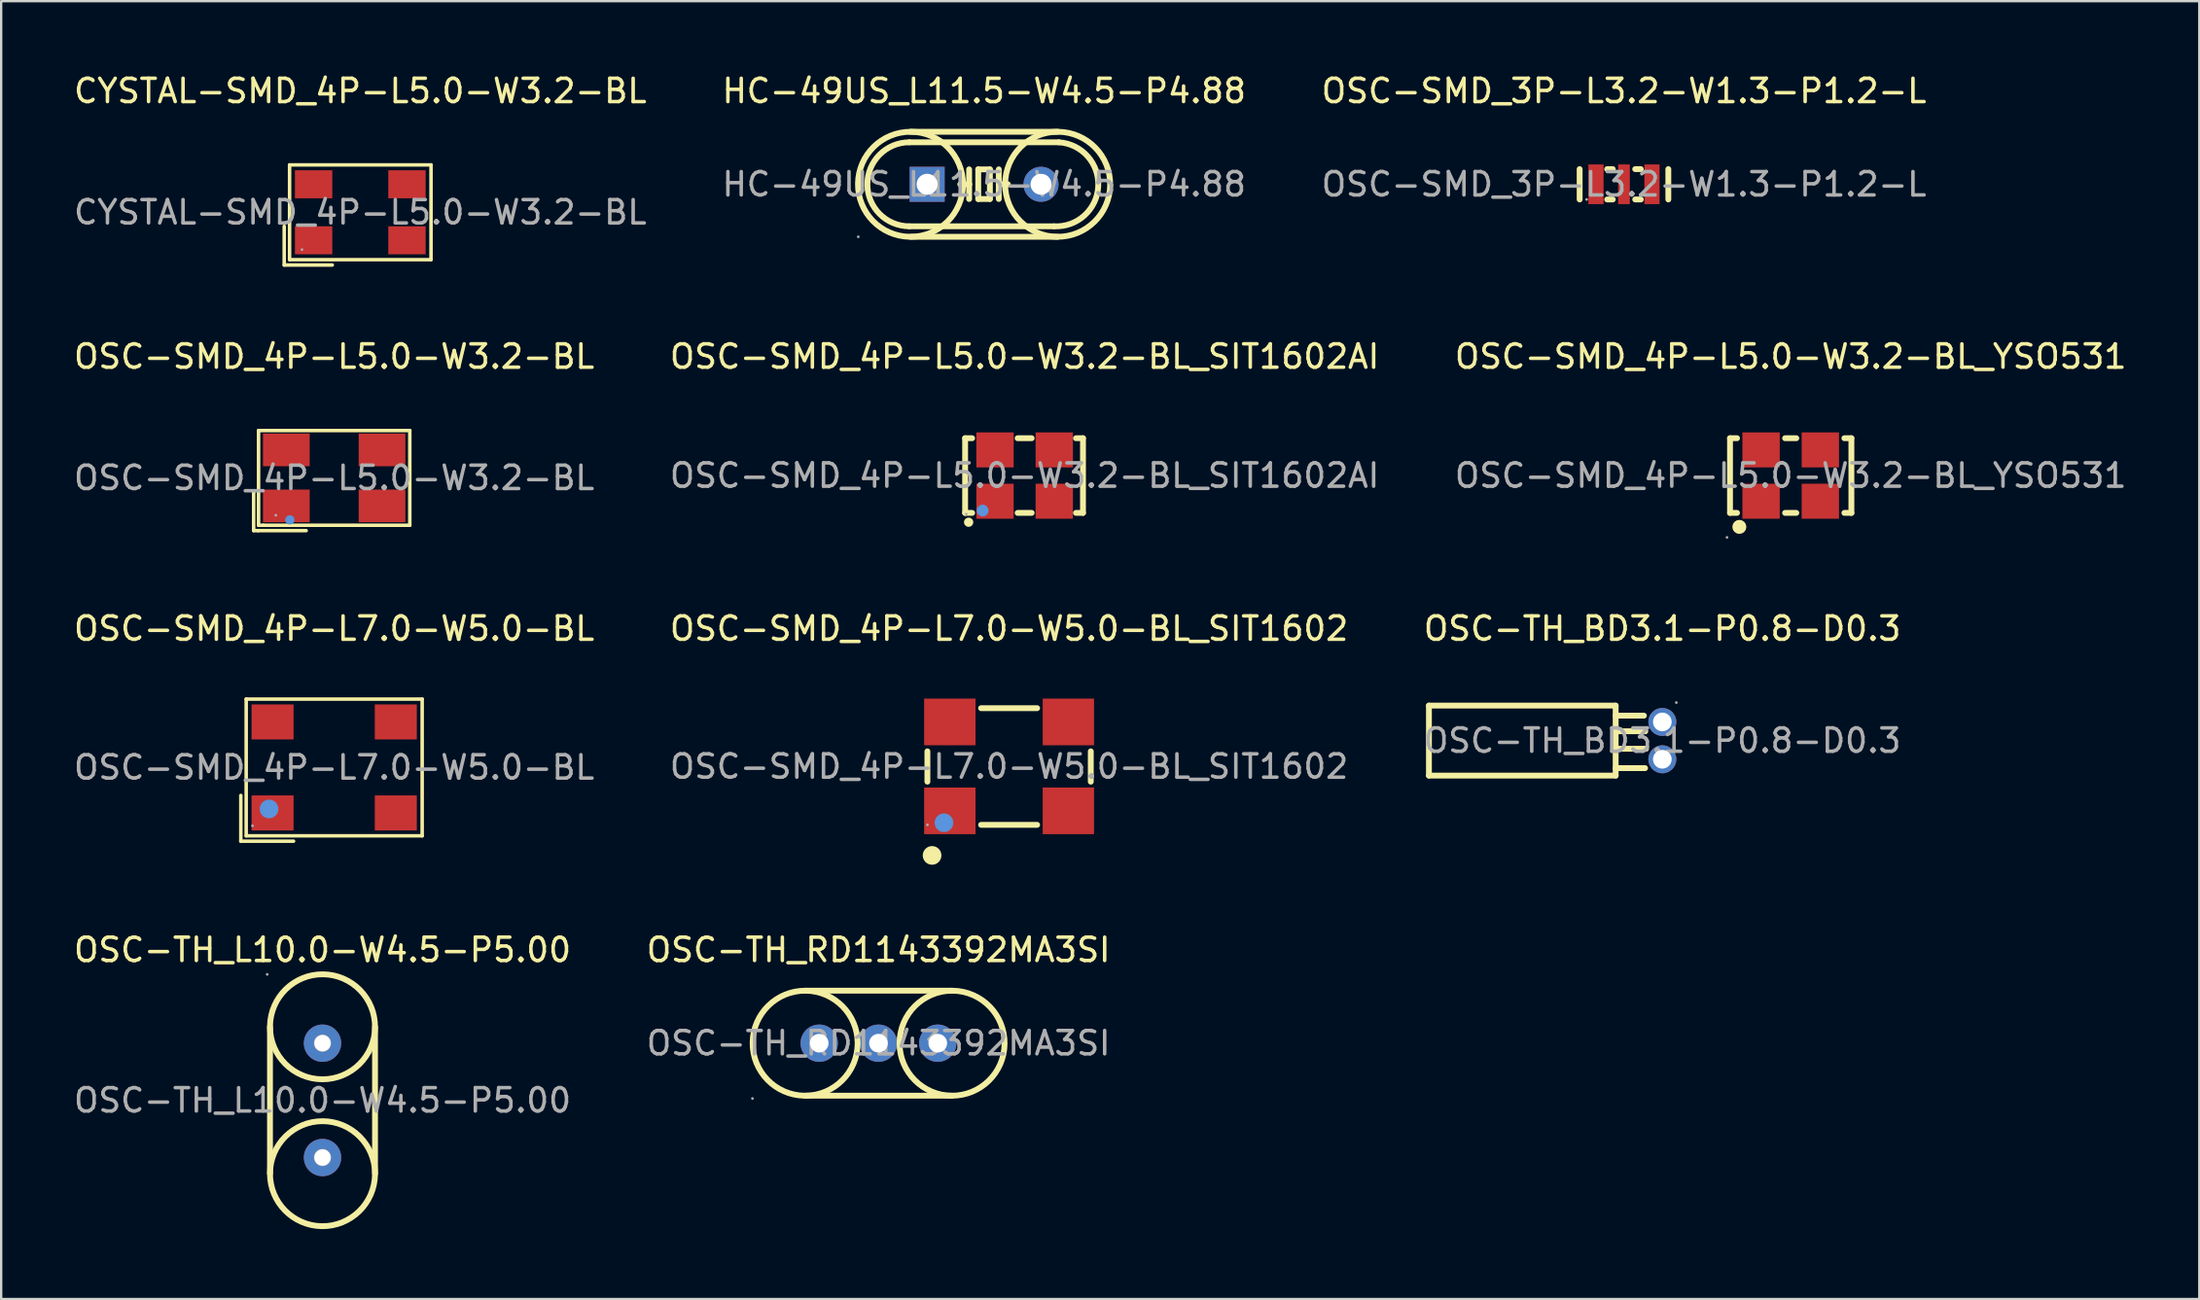
<source format=kicad_pcb>
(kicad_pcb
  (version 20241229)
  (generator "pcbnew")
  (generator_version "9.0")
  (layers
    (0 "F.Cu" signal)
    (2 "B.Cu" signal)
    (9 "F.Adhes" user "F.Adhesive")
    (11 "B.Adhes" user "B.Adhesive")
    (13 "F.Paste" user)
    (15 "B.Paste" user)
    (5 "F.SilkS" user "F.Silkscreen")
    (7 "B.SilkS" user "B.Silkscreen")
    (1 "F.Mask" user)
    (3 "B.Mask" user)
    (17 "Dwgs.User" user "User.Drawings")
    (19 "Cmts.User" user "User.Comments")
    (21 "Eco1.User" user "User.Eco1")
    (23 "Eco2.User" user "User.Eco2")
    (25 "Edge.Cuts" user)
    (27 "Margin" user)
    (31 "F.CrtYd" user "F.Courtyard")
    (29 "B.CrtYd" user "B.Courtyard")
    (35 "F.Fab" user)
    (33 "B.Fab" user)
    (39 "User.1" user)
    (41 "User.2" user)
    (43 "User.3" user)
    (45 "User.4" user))
  (footprint "OSC-TH_L10.0-W4.5-P5.00"
    (layer "F.Cu")
    (at 10.768 44.108)
    (property "Reference" "OSC-TH_L10.0-W4.5-P5.00" (at 0 -6.45 0) (layer "F.SilkS") (effects (font (size 1 1) (thickness 0.15))))
    (attr through_hole)
    (fp_line (start -2.25 3.14) (end -2.25 -3.15) (stroke (width 0.25) (type solid)) (layer "F.SilkS"))
    (fp_line (start 2.25 3.14) (end 2.25 -3.15) (stroke (width 0.25) (type solid)) (layer "F.SilkS"))
    (fp_arc (start -2.249657 -3.189268) (mid 2.249914 -3.130365) (end -2.25 -3.15) (stroke (width 0.25) (type solid)) (layer "F.SilkS"))
    (fp_arc (start 2.249657 3.179268) (mid -2.249914 3.120365) (end 2.25 3.14) (stroke (width 0.25) (type solid)) (layer "F.SilkS"))
    (fp_circle (center -2.37 -5.4) (end -2.34 -5.4) (stroke (width 0.06) (type solid)) (fill no) (layer "F.Fab"))
    (fp_circle (center 0 -2.45) (end 0.12 -2.45) (stroke (width 0.25) (type solid)) (fill no) (layer "F.Fab"))
    (fp_circle (center 0 2.45) (end 0.12 2.45) (stroke (width 0.25) (type solid)) (fill no) (layer "F.Fab"))
    (fp_text user "${REFERENCE}" (at 0 0 0) (layer "F.Fab") (effects (font (size 1 1) (thickness 0.15))))
    (pad "1" thru_hole circle (at 0 -2.45 270) (size 1.6 1.6) (drill 0.7) (layers "*.Cu" "*.Paste" "*.Mask"))
    (pad "2" thru_hole circle (at 0 2.45 270) (size 1.6 1.6) (drill 0.7) (layers "*.Cu" "*.Paste" "*.Mask")))
  (footprint "OSC-SMD_4P-L5.0-W3.2-BL"
    (layer "F.Cu")
    (at 11.268 17.431)
    (property "Reference" "OSC-SMD_4P-L5.0-W3.2-BL" (at 0 -5.2 0) (layer "F.SilkS") (effects (font (size 1 1) (thickness 0.15))))
    (attr through_hole)
    (fp_line (start -3.46 0.59) (end -3.45 0.6) (stroke (width 0.15) (type solid)) (layer "F.SilkS"))
    (fp_line (start -3.45 0.6) (end -3.45 2.26) (stroke (width 0.15) (type solid)) (layer "F.SilkS"))
    (fp_line (start -3.45 2.26) (end -3.26 2.26) (stroke (width 0.15) (type solid)) (layer "F.SilkS"))
    (fp_line (start -3.26 2.26) (end -1.2 2.26) (stroke (width 0.15) (type solid)) (layer "F.SilkS"))
    (fp_line (start -3.24 -2.03) (end 3.24 -2.03) (stroke (width 0.15) (type solid)) (layer "F.SilkS"))
    (fp_line (start -3.24 2.03) (end -3.24 -2.03) (stroke (width 0.15) (type solid)) (layer "F.SilkS"))
    (fp_line (start -3.03 2.03) (end -3.24 2.03) (stroke (width 0.15) (type solid)) (layer "F.SilkS"))
    (fp_line (start 3.24 -2.03) (end 3.24 2.03) (stroke (width 0.15) (type solid)) (layer "F.SilkS"))
    (fp_line (start 3.24 2.03) (end -3.03 2.03) (stroke (width 0.15) (type solid)) (layer "F.SilkS"))
    (fp_circle (center -1.9 1.8) (end -1.8 1.8) (stroke (width 0.2) (type solid)) (fill no) (layer "Cmts.User"))
    (fp_circle (center -2.5 1.6) (end -2.47 1.6) (stroke (width 0.06) (type solid)) (fill no) (layer "F.Fab"))
    (fp_text user "${REFERENCE}" (at 0 0 0) (layer "F.Fab") (effects (font (size 1 1) (thickness 0.15))))
    (pad "1" smd rect (at -2.05 1.2) (size 2 1.4) (layers "F.Cu" "F.Mask" "F.Paste"))
    (pad "2" smd rect (at 2.05 1.2) (size 2 1.4) (layers "F.Cu" "F.Mask" "F.Paste"))
    (pad "3" smd rect (at 2.05 -1.2) (size 2 1.4) (layers "F.Cu" "F.Mask" "F.Paste"))
    (pad "4" smd rect (at -2.05 -1.2) (size 2 1.4) (layers "F.Cu" "F.Mask" "F.Paste")))
  (footprint "OSC-SMD_4P-L5.0-W3.2-BL_SIT1602AI"
    (layer "F.Cu")
    (at 40.851 17.331)
    (property "Reference" "OSC-SMD_4P-L5.0-W3.2-BL_SIT1602AI" (at 0 -5.1 0) (layer "F.SilkS") (effects (font (size 1 1) (thickness 0.15))))
    (attr through_hole)
    (fp_line (start -2.55 -1.6) (end -2.25 -1.6) (stroke (width 0.25) (type solid)) (layer "F.SilkS"))
    (fp_line (start -2.55 1.6) (end -2.55 -1.6) (stroke (width 0.25) (type solid)) (layer "F.SilkS"))
    (fp_line (start -2.25 1.6) (end -2.55 1.6) (stroke (width 0.25) (type solid)) (layer "F.SilkS"))
    (fp_line (start -0.3 -1.6) (end 0.3 -1.6) (stroke (width 0.25) (type solid)) (layer "F.SilkS"))
    (fp_line (start -0.3 1.6) (end 0.3 1.6) (stroke (width 0.25) (type solid)) (layer "F.SilkS"))
    (fp_line (start 2.2 -1.6) (end 2.5 -1.6) (stroke (width 0.25) (type solid)) (layer "F.SilkS"))
    (fp_line (start 2.5 -1.6) (end 2.5 1.6) (stroke (width 0.25) (type solid)) (layer "F.SilkS"))
    (fp_line (start 2.5 1.6) (end 2.2 1.6) (stroke (width 0.25) (type solid)) (layer "F.SilkS"))
    (fp_circle (center -2.4 2) (end -2.3 2) (stroke (width 0.2) (type solid)) (fill no) (layer "F.SilkS"))
    (fp_circle (center -1.8 1.5) (end -1.67 1.5) (stroke (width 0.25) (type solid)) (fill no) (layer "Cmts.User"))
    (fp_circle (center -2.5 1.65) (end -2.47 1.65) (stroke (width 0.06) (type solid)) (fill no) (layer "F.Fab"))
    (fp_text user "${REFERENCE}" (at 0 0 0) (layer "F.Fab") (effects (font (size 1 1) (thickness 0.15))))
    (pad "1" smd rect (at -1.27 1.1) (size 1.6 1.5) (layers "F.Cu" "F.Mask" "F.Paste"))
    (pad "2" smd rect (at 1.27 1.1) (size 1.6 1.5) (layers "F.Cu" "F.Mask" "F.Paste"))
    (pad "3" smd rect (at 1.27 -1.1 180) (size 1.6 1.5) (layers "F.Cu" "F.Mask" "F.Paste"))
    (pad "4" smd rect (at -1.27 -1.1) (size 1.6 1.5) (layers "F.Cu" "F.Mask" "F.Paste")))
  (footprint "OSC-TH_BD3.1-P0.8-D0.3"
    (layer "F.Cu")
    (at 68.173 28.69)
    (property "Reference" "OSC-TH_BD3.1-P0.8-D0.3" (at 0 -4.8 0) (layer "F.SilkS") (effects (font (size 1 1) (thickness 0.15))))
    (attr through_hole)
    (fp_line (start -10 -1.5) (end -10 1.5) (stroke (width 0.25) (type solid)) (layer "F.SilkS"))
    (fp_line (start -2 -1.5) (end -10 -1.5) (stroke (width 0.25) (type solid)) (layer "F.SilkS"))
    (fp_line (start -2 -1.5) (end -2 1.5) (stroke (width 0.25) (type solid)) (layer "F.SilkS"))
    (fp_line (start -2 -1.07) (end -0.79 -1.07) (stroke (width 0.25) (type solid)) (layer "F.SilkS"))
    (fp_line (start -2 -0.4) (end -0.73 -0.4) (stroke (width 0.25) (type solid)) (layer "F.SilkS"))
    (fp_line (start -2 0.35) (end -0.7 0.35) (stroke (width 0.25) (type solid)) (layer "F.SilkS"))
    (fp_line (start -2 1.18) (end -0.74 1.18) (stroke (width 0.25) (type solid)) (layer "F.SilkS"))
    (fp_line (start -2 1.5) (end -10 1.5) (stroke (width 0.25) (type solid)) (layer "F.SilkS"))
    (fp_circle (center 0 -0.8) (end 0.15 -0.8) (stroke (width 0.3) (type solid)) (fill no) (layer "F.Fab"))
    (fp_circle (center 0 0.8) (end 0.15 0.8) (stroke (width 0.3) (type solid)) (fill no) (layer "F.Fab"))
    (fp_circle (center 0.6 -1.63) (end 0.63 -1.63) (stroke (width 0.06) (type solid)) (fill no) (layer "F.Fab"))
    (fp_text user "${REFERENCE}" (at 0 0 0) (layer "F.Fab") (effects (font (size 1 1) (thickness 0.15))))
    (pad "1" thru_hole circle (at 0 -0.8 270) (size 1.2 1.2) (drill 0.8) (layers "*.Cu" "*.Paste" "*.Mask"))
    (pad "2" thru_hole circle (at 0 0.8 270) (size 1.2 1.2) (drill 0.8) (layers "*.Cu" "*.Paste" "*.Mask")))
  (footprint "OSC-TH_RD1143392MA3SI"
    (layer "F.Cu")
    (at 34.589 41.658)
    (property "Reference" "OSC-TH_RD1143392MA3SI" (at 0 -4 0) (layer "F.SilkS") (effects (font (size 1 1) (thickness 0.15))))
    (attr through_hole)
    (fp_line (start 3.15 -2.25) (end -3.14 -2.25) (stroke (width 0.25) (type solid)) (layer "F.SilkS"))
    (fp_line (start 3.15 2.25) (end -3.14 2.25) (stroke (width 0.25) (type solid)) (layer "F.SilkS"))
    (fp_arc (start -3.179268 2.249657) (mid -3.120365 -2.249914) (end -3.14 2.25) (stroke (width 0.25) (type solid)) (layer "F.SilkS"))
    (fp_arc (start 3.189268 -2.249657) (mid 3.130365 2.249914) (end 3.15 -2.25) (stroke (width 0.25) (type solid)) (layer "F.SilkS"))
    (fp_circle (center -5.4 2.37) (end -5.37 2.37) (stroke (width 0.06) (type solid)) (fill no) (layer "F.Fab"))
    (fp_circle (center -2.54 0) (end -2.39 0) (stroke (width 0.3) (type solid)) (fill no) (layer "F.Fab"))
    (fp_circle (center 0 0) (end 0.15 0) (stroke (width 0.3) (type solid)) (fill no) (layer "F.Fab"))
    (fp_circle (center 2.54 0) (end 2.69 0) (stroke (width 0.3) (type solid)) (fill no) (layer "F.Fab"))
    (fp_text user "${REFERENCE}" (at 0 0 0) (layer "F.Fab") (effects (font (size 1 1) (thickness 0.15))))
    (pad "1" thru_hole circle (at -2.54 0) (size 1.6 1.6) (drill 0.8) (layers "*.Cu" "*.Paste" "*.Mask"))
    (pad "2" thru_hole circle (at 2.54 0) (size 1.6 1.6) (drill 0.8) (layers "*.Cu" "*.Paste" "*.Mask"))
    (pad "3" thru_hole circle (at 0 0) (size 1.6 1.6) (drill 0.8) (layers "*.Cu" "*.Paste" "*.Mask")))
  (footprint "OSC-SMD_4P-L7.0-W5.0-BL"
    (layer "F.Cu")
    (at 11.268 29.84)
    (property "Reference" "OSC-SMD_4P-L7.0-W5.0-BL" (at 0 -5.95 0) (layer "F.SilkS") (effects (font (size 1 1) (thickness 0.15))))
    (attr through_hole)
    (fp_line (start -4 1.2) (end -4 3.16) (stroke (width 0.15) (type solid)) (layer "F.SilkS"))
    (fp_line (start -4 3.16) (end -1.74 3.16) (stroke (width 0.15) (type solid)) (layer "F.SilkS"))
    (fp_line (start -3.77 -2.93) (end 3.77 -2.93) (stroke (width 0.15) (type solid)) (layer "F.SilkS"))
    (fp_line (start -3.77 2.93) (end -3.77 -2.93) (stroke (width 0.15) (type solid)) (layer "F.SilkS"))
    (fp_line (start 3.77 -2.93) (end 3.77 2.93) (stroke (width 0.15) (type solid)) (layer "F.SilkS"))
    (fp_line (start 3.77 2.93) (end -3.77 2.93) (stroke (width 0.15) (type solid)) (layer "F.SilkS"))
    (fp_circle (center -2.79 1.78) (end -2.59 1.78) (stroke (width 0.4) (type solid)) (fill no) (layer "Cmts.User"))
    (fp_circle (center -3.5 2.5) (end -3.47 2.5) (stroke (width 0.06) (type solid)) (fill no) (layer "F.Fab"))
    (fp_text user "${REFERENCE}" (at 0 0 0) (layer "F.Fab") (effects (font (size 1 1) (thickness 0.15))))
    (pad "1" smd rect (at -2.64 1.95) (size 1.8 1.5) (layers "F.Cu" "F.Mask" "F.Paste"))
    (pad "2" smd rect (at 2.64 1.95) (size 1.8 1.5) (layers "F.Cu" "F.Mask" "F.Paste"))
    (pad "3" smd rect (at 2.64 -1.95) (size 1.8 1.5) (layers "F.Cu" "F.Mask" "F.Paste"))
    (pad "4" smd rect (at -2.64 -1.95) (size 1.8 1.5) (layers "F.Cu" "F.Mask" "F.Paste")))
  (footprint "CYSTAL-SMD_4P-L5.0-W3.2-BL"
    (layer "F.Cu")
    (at 12.387 6.048)
    (property "Reference" "CYSTAL-SMD_4P-L5.0-W3.2-BL" (at 0 -5.2 0) (layer "F.SilkS") (effects (font (size 1 1) (thickness 0.15))))
    (attr through_hole)
    (fp_line (start -3.26 0.6) (end -3.26 2.26) (stroke (width 0.15) (type solid)) (layer "F.SilkS"))
    (fp_line (start -3.26 2.26) (end -1.2 2.26) (stroke (width 0.15) (type solid)) (layer "F.SilkS"))
    (fp_line (start -3.03 -2.03) (end 3.03 -2.03) (stroke (width 0.15) (type solid)) (layer "F.SilkS"))
    (fp_line (start -3.03 2.03) (end -3.03 -2.03) (stroke (width 0.15) (type solid)) (layer "F.SilkS"))
    (fp_line (start 3.03 -2.03) (end 3.03 2.03) (stroke (width 0.15) (type solid)) (layer "F.SilkS"))
    (fp_line (start 3.03 2.03) (end -3.03 2.03) (stroke (width 0.15) (type solid)) (layer "F.SilkS"))
    (fp_circle (center -2.5 1.6) (end -2.47 1.6) (stroke (width 0.06) (type solid)) (fill no) (layer "F.Fab"))
    (fp_text user "${REFERENCE}" (at 0 0 0) (layer "F.Fab") (effects (font (size 1 1) (thickness 0.15))))
    (pad "1" smd rect (at -2 1.2) (size 1.6 1.2) (layers "F.Cu" "F.Mask" "F.Paste"))
    (pad "2" smd rect (at 2 1.2) (size 1.6 1.2) (layers "F.Cu" "F.Mask" "F.Paste"))
    (pad "3" smd rect (at 2 -1.2) (size 1.6 1.2) (layers "F.Cu" "F.Mask" "F.Paste"))
    (pad "4" smd rect (at -2 -1.2) (size 1.6 1.2) (layers "F.Cu" "F.Mask" "F.Paste")))
  (footprint "OSC-SMD_4P-L5.0-W3.2-BL_YSO531"
    (layer "F.Cu")
    (at 73.673 17.331)
    (property "Reference" "OSC-SMD_4P-L5.0-W3.2-BL_YSO531" (at 0 -5.1 0) (layer "F.SilkS") (effects (font (size 1 1) (thickness 0.15))))
    (attr through_hole)
    (fp_line (start -2.6 -1.6) (end -2.3 -1.6) (stroke (width 0.25) (type solid)) (layer "F.SilkS"))
    (fp_line (start -2.6 1.6) (end -2.6 -1.6) (stroke (width 0.25) (type solid)) (layer "F.SilkS"))
    (fp_line (start -2.3 1.6) (end -2.6 1.6) (stroke (width 0.25) (type solid)) (layer "F.SilkS"))
    (fp_line (start -0.24 -1.6) (end 0.24 -1.6) (stroke (width 0.25) (type solid)) (layer "F.SilkS"))
    (fp_line (start 0.24 1.6) (end -0.24 1.6) (stroke (width 0.25) (type solid)) (layer "F.SilkS"))
    (fp_line (start 2.3 -1.6) (end 2.6 -1.6) (stroke (width 0.25) (type solid)) (layer "F.SilkS"))
    (fp_line (start 2.6 -1.6) (end 2.6 1.6) (stroke (width 0.25) (type solid)) (layer "F.SilkS"))
    (fp_line (start 2.6 1.6) (end 2.3 1.6) (stroke (width 0.25) (type solid)) (layer "F.SilkS"))
    (fp_arc (start -2.2 2.2) (mid -2.2 2.2) (end -2.2 2.2) (stroke (width 0.3) (type solid)) (layer "F.SilkS"))
    (fp_circle (center -2.73 2.65) (end -2.7 2.65) (stroke (width 0.06) (type solid)) (fill no) (layer "F.Fab"))
    (fp_text user "${REFERENCE}" (at 0 0 0) (layer "F.Fab") (effects (font (size 1 1) (thickness 0.15))))
    (pad "1" smd rect (at -1.27 1.1) (size 1.6 1.5) (layers "F.Cu" "F.Mask" "F.Paste"))
    (pad "2" smd rect (at 1.27 1.1) (size 1.6 1.5) (layers "F.Cu" "F.Mask" "F.Paste"))
    (pad "3" smd rect (at 1.27 -1.1) (size 1.6 1.5) (layers "F.Cu" "F.Mask" "F.Paste"))
    (pad "4" smd rect (at -1.27 -1.1) (size 1.6 1.5) (layers "F.Cu" "F.Mask" "F.Paste")))
  (footprint "OSC-SMD_4P-L7.0-W5.0-BL_SIT1602"
    (layer "F.Cu")
    (at 40.185 29.8)
    (property "Reference" "OSC-SMD_4P-L7.0-W5.0-BL_SIT1602" (at 0 -5.91 0) (layer "F.SilkS") (effects (font (size 1 1) (thickness 0.15))))
    (attr through_hole)
    (fp_line (start -3.5 0.65) (end -3.5 -0.65) (stroke (width 0.25) (type solid)) (layer "F.SilkS"))
    (fp_line (start 1.2 -2.5) (end -1.2 -2.5) (stroke (width 0.25) (type solid)) (layer "F.SilkS"))
    (fp_line (start 1.2 2.5) (end -1.2 2.5) (stroke (width 0.25) (type solid)) (layer "F.SilkS"))
    (fp_line (start 3.5 0.65) (end 3.5 -0.65) (stroke (width 0.25) (type solid)) (layer "F.SilkS"))
    (fp_arc (start -3.3 3.81) (mid -3.3 3.81) (end -3.3 3.81) (stroke (width 0.4) (type solid)) (layer "F.SilkS"))
    (fp_circle (center -2.79 2.41) (end -2.59 2.41) (stroke (width 0.4) (type solid)) (fill no) (layer "Cmts.User"))
    (fp_circle (center -3.5 2.5) (end -3.47 2.5) (stroke (width 0.06) (type solid)) (fill no) (layer "F.Fab"))
    (fp_text user "${REFERENCE}" (at 0 0 0) (layer "F.Fab") (effects (font (size 1 1) (thickness 0.15))))
    (pad "1" smd rect (at -2.54 1.9 180) (size 2.2 2) (layers "F.Cu" "F.Mask" "F.Paste"))
    (pad "2" smd rect (at 2.54 1.9 180) (size 2.2 2) (layers "F.Cu" "F.Mask" "F.Paste"))
    (pad "3" smd rect (at 2.54 -1.91 180) (size 2.2 2) (layers "F.Cu" "F.Mask" "F.Paste"))
    (pad "4" smd rect (at -2.54 -1.91 180) (size 2.2 2) (layers "F.Cu" "F.Mask" "F.Paste")))
  (footprint "OSC-SMD_3P-L3.2-W1.3-P1.2-L"
    (layer "F.Cu")
    (at 66.53 4.848)
    (property "Reference" "OSC-SMD_3P-L3.2-W1.3-P1.2-L" (at 0 -4 0) (layer "F.SilkS") (effects (font (size 1 1) (thickness 0.15))))
    (attr through_hole)
    (fp_line (start -1.9 -0.65) (end -1.9 0.65) (stroke (width 0.25) (type solid)) (layer "F.SilkS"))
    (fp_line (start -0.72 -0.65) (end -0.48 -0.65) (stroke (width 0.25) (type solid)) (layer "F.SilkS"))
    (fp_line (start -0.72 0.65) (end -0.48 0.65) (stroke (width 0.25) (type solid)) (layer "F.SilkS"))
    (fp_line (start 0.48 -0.65) (end 0.72 -0.65) (stroke (width 0.25) (type solid)) (layer "F.SilkS"))
    (fp_line (start 0.48 0.65) (end 0.72 0.65) (stroke (width 0.25) (type solid)) (layer "F.SilkS"))
    (fp_line (start 1.9 0.65) (end 1.9 -0.65) (stroke (width 0.25) (type solid)) (layer "F.SilkS"))
    (fp_circle (center -1.6 0.65) (end -1.57 0.65) (stroke (width 0.06) (type solid)) (fill no) (layer "F.Fab"))
    (fp_text user "${REFERENCE}" (at 0 0 0) (layer "F.Fab") (effects (font (size 1 1) (thickness 0.15))))
    (pad "1" smd rect (at -1.2 0) (size 0.65 1.7) (layers "F.Cu" "F.Mask" "F.Paste"))
    (pad "2" smd rect (at 0 0) (size 0.5 1.7) (layers "F.Cu" "F.Mask" "F.Paste"))
    (pad "3" smd rect (at 1.2 0) (size 0.65 1.7) (layers "F.Cu" "F.Mask" "F.Paste")))
  (footprint "HC-49US_L11.5-W4.5-P4.88"
    (layer "F.Cu")
    (at 39.113 4.848)
    (property "Reference" "HC-49US_L11.5-W4.5-P4.88" (at 0 -4 0) (layer "F.SilkS") (effects (font (size 1 1) (thickness 0.15))))
    (attr through_hole)
    (fp_line (start -3.2 -1.8) (end 3.2 -1.8) (stroke (width 0.25) (type solid)) (layer "F.SilkS"))
    (fp_line (start -3.15 2.25) (end 3.15 2.25) (stroke (width 0.25) (type solid)) (layer "F.SilkS"))
    (fp_line (start -0.64 -0.64) (end -0.64 0) (stroke (width 0.25) (type solid)) (layer "F.SilkS"))
    (fp_line (start -0.64 0) (end -1.02 0) (stroke (width 0.25) (type solid)) (layer "F.SilkS"))
    (fp_line (start -0.64 0) (end -0.64 0.63) (stroke (width 0.25) (type solid)) (layer "F.SilkS"))
    (fp_line (start -0.25 -0.64) (end -0.25 0.63) (stroke (width 0.25) (type solid)) (layer "F.SilkS"))
    (fp_line (start -0.25 0.63) (end 0.25 0.63) (stroke (width 0.25) (type solid)) (layer "F.SilkS"))
    (fp_line (start 0.25 -0.64) (end -0.25 -0.64) (stroke (width 0.25) (type solid)) (layer "F.SilkS"))
    (fp_line (start 0.25 0.63) (end 0.25 -0.64) (stroke (width 0.25) (type solid)) (layer "F.SilkS"))
    (fp_line (start 0.63 -0.64) (end 0.63 0) (stroke (width 0.25) (type solid)) (layer "F.SilkS"))
    (fp_line (start 0.63 0) (end 0.63 0.63) (stroke (width 0.25) (type solid)) (layer "F.SilkS"))
    (fp_line (start 0.63 0) (end 1.02 0) (stroke (width 0.25) (type solid)) (layer "F.SilkS"))
    (fp_line (start 3 1.8) (end -3.2 1.8) (stroke (width 0.25) (type solid)) (layer "F.SilkS"))
    (fp_line (start 3.15 -2.25) (end -3.15 -2.25) (stroke (width 0.25) (type solid)) (layer "F.SilkS"))
    (fp_arc (start -3.2 1.8) (mid -5 0) (end -3.2 -1.8) (stroke (width 0.25) (type solid)) (layer "F.SilkS"))
    (fp_arc (start -3.189268 2.249657) (mid -3.130365 -2.249914) (end -3.15 2.25) (stroke (width 0.25) (type solid)) (layer "F.SilkS"))
    (fp_arc (start 3.189268 -2.249657) (mid 3.130365 2.249914) (end 3.15 -2.25) (stroke (width 0.25) (type solid)) (layer "F.SilkS"))
    (fp_arc (start 3.2 -1.8) (mid 4.9 0.1) (end 3 1.8) (stroke (width 0.25) (type solid)) (layer "F.SilkS"))
    (fp_circle (center -5.39 2.25) (end -5.36 2.25) (stroke (width 0.06) (type solid)) (fill no) (layer "F.Fab"))
    (fp_circle (center -2.44 0) (end -2.33 0) (stroke (width 0.22) (type solid)) (fill no) (layer "F.Fab"))
    (fp_circle (center 2.44 0) (end 2.55 0) (stroke (width 0.22) (type solid)) (fill no) (layer "F.Fab"))
    (fp_text user "${REFERENCE}" (at 0 0 0) (layer "F.Fab") (effects (font (size 1 1) (thickness 0.15))))
    (pad "1" thru_hole rect (at -2.44 0) (size 1.5 1.5) (drill 0.9) (layers "*.Cu" "*.Paste" "*.Mask"))
    (pad "2" thru_hole circle (at 2.44 0) (size 1.5 1.5) (drill 0.9) (layers "*.Cu" "*.Paste" "*.Mask")))
  (gr_rect
    (start -3 -3)
    (end 91.179 52.623)
    (stroke (width 0.1) (type default))
    (fill no)
    (layer "Edge.Cuts")))
</source>
